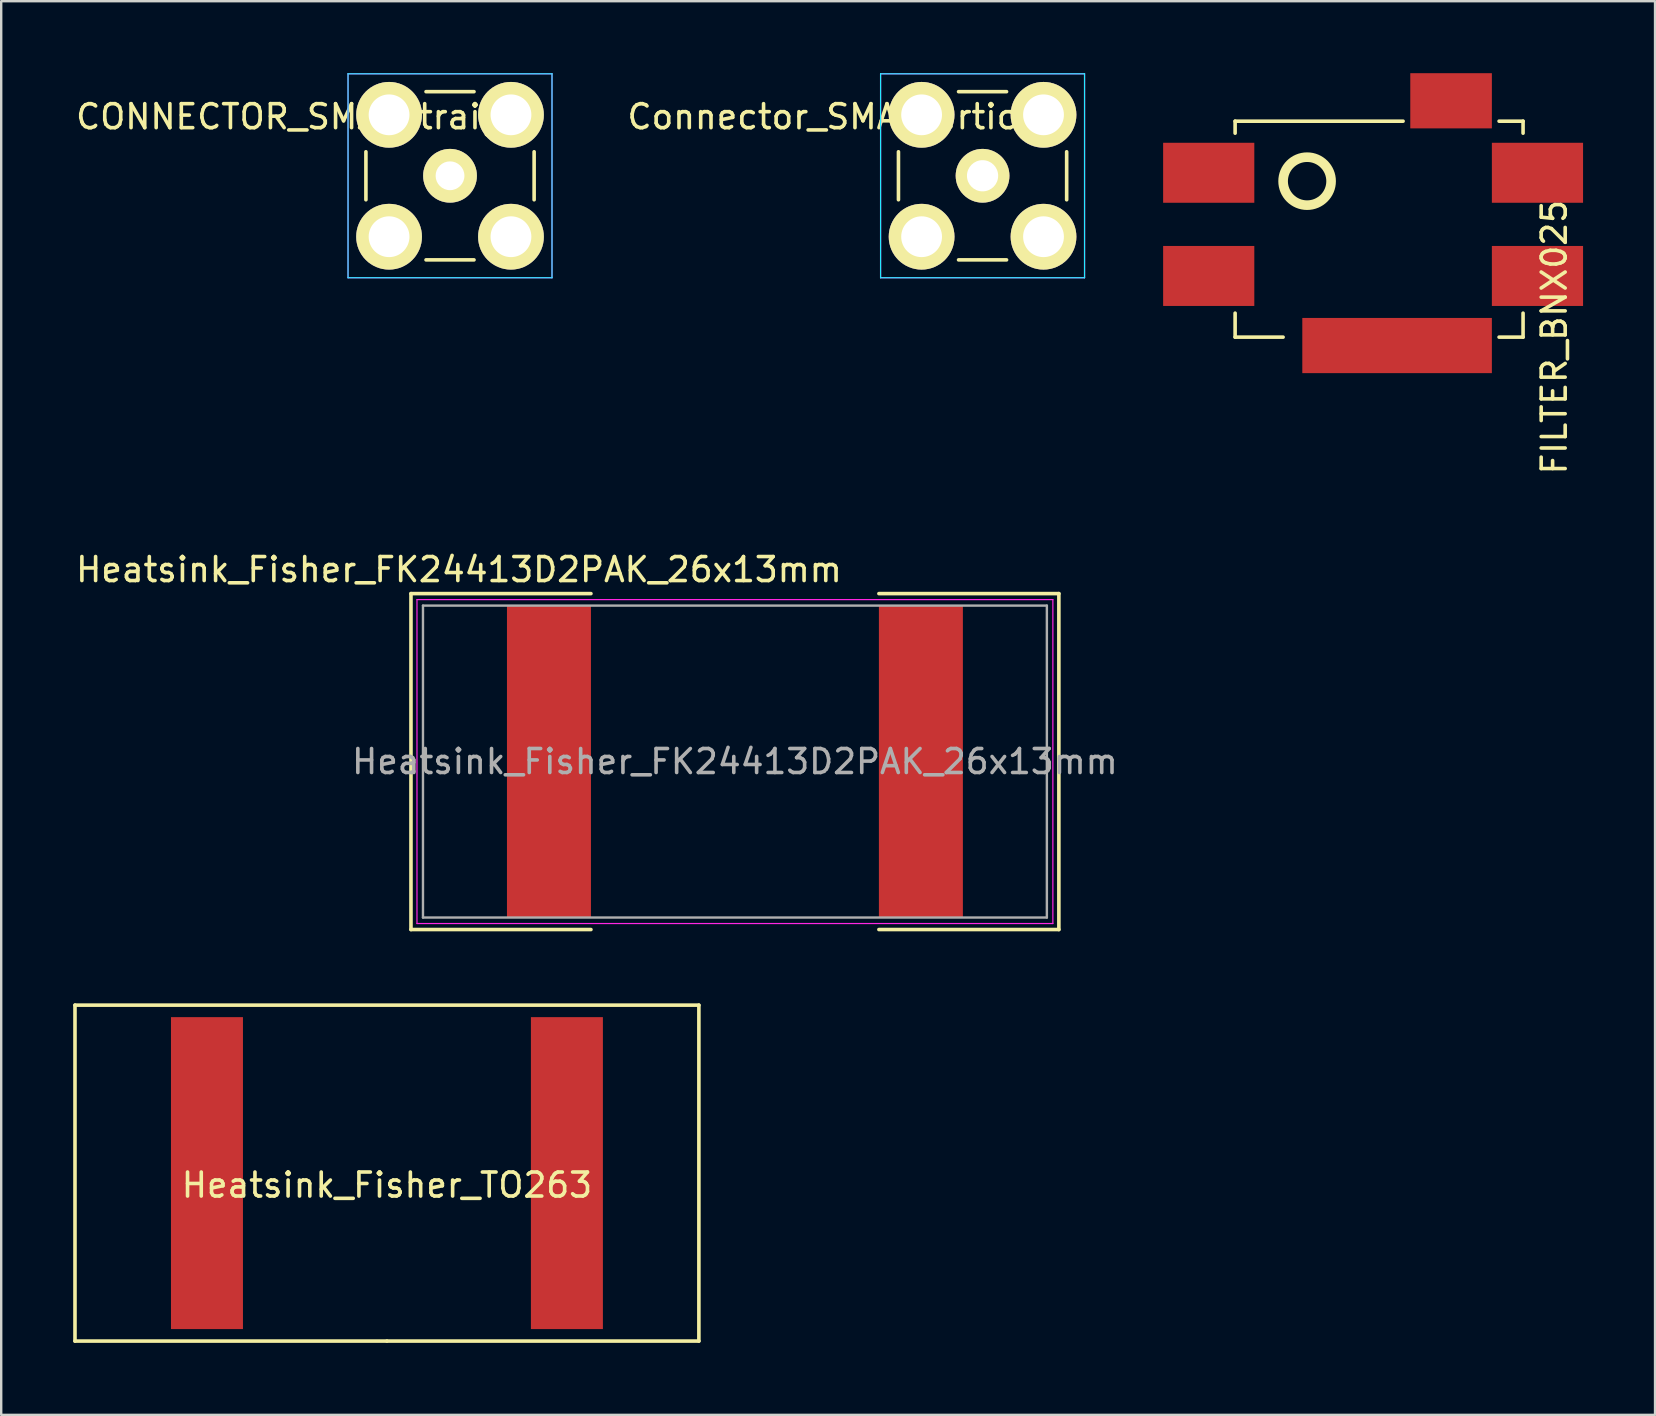
<source format=kicad_pcb>
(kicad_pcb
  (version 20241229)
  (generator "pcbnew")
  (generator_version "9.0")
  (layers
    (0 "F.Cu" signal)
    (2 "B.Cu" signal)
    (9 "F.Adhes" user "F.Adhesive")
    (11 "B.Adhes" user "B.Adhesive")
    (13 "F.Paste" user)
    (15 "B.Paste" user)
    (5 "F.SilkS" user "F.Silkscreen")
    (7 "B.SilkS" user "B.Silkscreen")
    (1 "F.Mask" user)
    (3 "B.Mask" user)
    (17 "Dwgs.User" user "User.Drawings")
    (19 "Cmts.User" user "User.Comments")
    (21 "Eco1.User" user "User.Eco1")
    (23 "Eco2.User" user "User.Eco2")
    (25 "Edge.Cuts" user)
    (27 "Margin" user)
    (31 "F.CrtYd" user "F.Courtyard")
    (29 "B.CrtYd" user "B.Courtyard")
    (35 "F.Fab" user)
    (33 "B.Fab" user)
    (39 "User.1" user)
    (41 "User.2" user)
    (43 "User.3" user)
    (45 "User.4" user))
  (footprint "CONNECTOR_SMA_Straight"
    (layer "F.Cu")
    (at 15.704 4.275)
    (property "Reference" "CONNECTOR_SMA_Straight" (at -5.96 -2.46 0) (layer "F.SilkS") (effects (font (size 1 1) (thickness 0.15))))
    (attr through_hole)
    (fp_line (start -3.505 1) (end -3.505 -1) (stroke (width 0.15) (type solid)) (layer "F.SilkS"))
    (fp_line (start -1 -3.505) (end 1 -3.505) (stroke (width 0.15) (type solid)) (layer "F.SilkS"))
    (fp_line (start 1 3.505) (end -1 3.505) (stroke (width 0.15) (type solid)) (layer "F.SilkS"))
    (fp_line (start 3.505 -1) (end 3.505 1) (stroke (width 0.15) (type solid)) (layer "F.SilkS"))
    (fp_line (start -4.25 -4.25) (end 4.25 -4.25) (stroke (width 0.05) (type solid)) (layer "B.CrtYd"))
    (fp_line (start -4.25 4.25) (end -4.25 -4.25) (stroke (width 0.05) (type solid)) (layer "B.CrtYd"))
    (fp_line (start 4.25 -4.25) (end 4.25 4.25) (stroke (width 0.05) (type solid)) (layer "B.CrtYd"))
    (fp_line (start 4.25 4.25) (end -4.25 4.25) (stroke (width 0.05) (type solid)) (layer "B.CrtYd"))
    (fp_line (start -4.25 -4.25) (end 4.25 -4.25) (stroke (width 0.05) (type solid)) (layer "F.CrtYd"))
    (fp_line (start -4.25 4.25) (end -4.25 -4.25) (stroke (width 0.05) (type solid)) (layer "F.CrtYd"))
    (fp_line (start 4.25 -4.25) (end 4.25 4.25) (stroke (width 0.05) (type solid)) (layer "F.CrtYd"))
    (fp_line (start 4.25 4.25) (end -4.25 4.25) (stroke (width 0.05) (type solid)) (layer "F.CrtYd"))
    (pad "1" thru_hole circle (at 0 0) (size 2.24 2.24) (drill 1.2) (layers "*.Cu" "*.Mask" "F.SilkS"))
    (pad "2" thru_hole circle (at -2.54 -2.54) (size 2.74 2.74) (drill 1.7) (layers "*.Cu" "*.Mask" "F.SilkS"))
    (pad "2" thru_hole circle (at -2.54 2.54) (size 2.74 2.74) (drill 1.7) (layers "*.Cu" "*.Mask" "F.SilkS"))
    (pad "2" thru_hole circle (at 2.54 -2.54) (size 2.74 2.74) (drill 1.7) (layers "*.Cu" "*.Mask" "F.SilkS"))
    (pad "2" thru_hole circle (at 2.54 2.54) (size 2.74 2.74) (drill 1.7) (layers "*.Cu" "*.Mask" "F.SilkS")))
  (footprint "Heatsink_Fisher_FK24413D2PAK_26x13mm"
    (layer "F.Cu")
    (at 27.577 28.688)
    (property "Reference" "Heatsink_Fisher_FK24413D2PAK_26x13mm" (at -11.5 -8 180) (layer "F.SilkS") (effects (font (size 1 1) (thickness 0.15))))
    (attr smd)
    (fp_line (start -13.5 -7) (end -6 -7) (stroke (width 0.15) (type solid)) (layer "F.SilkS"))
    (fp_line (start -13.5 7) (end -13.5 -7) (stroke (width 0.15) (type solid)) (layer "F.SilkS"))
    (fp_line (start -13.5 7) (end -6 7) (stroke (width 0.15) (type solid)) (layer "F.SilkS"))
    (fp_line (start 6 -7) (end 13.5 -7) (stroke (width 0.15) (type solid)) (layer "F.SilkS"))
    (fp_line (start 6 7) (end 13.5 7) (stroke (width 0.15) (type solid)) (layer "F.SilkS"))
    (fp_line (start 13.5 -7) (end 13.5 7) (stroke (width 0.15) (type solid)) (layer "F.SilkS"))
    (fp_line (start -13.25 -6.75) (end -13.25 6.75) (stroke (width 0.05) (type solid)) (layer "F.CrtYd"))
    (fp_line (start -13.25 -6.75) (end 13.25 -6.75) (stroke (width 0.05) (type solid)) (layer "F.CrtYd"))
    (fp_line (start 13.25 6.75) (end -13.25 6.75) (stroke (width 0.05) (type solid)) (layer "F.CrtYd"))
    (fp_line (start 13.25 6.75) (end 13.25 -6.75) (stroke (width 0.05) (type solid)) (layer "F.CrtYd"))
    (fp_line (start -13 -6.5) (end 13 -6.5) (stroke (width 0.1) (type solid)) (layer "F.Fab"))
    (fp_line (start -13 6.5) (end -13 -6.5) (stroke (width 0.1) (type solid)) (layer "F.Fab"))
    (fp_line (start 13 -6.5) (end 13 6.5) (stroke (width 0.1) (type solid)) (layer "F.Fab"))
    (fp_line (start 13 6.5) (end -13 6.5) (stroke (width 0.1) (type solid)) (layer "F.Fab"))
    (fp_text user "${REFERENCE}" (at 0 0 0) (layer "F.Fab") (effects (font (size 1 1) (thickness 0.15))))
    (pad "1" smd rect (at -6 0 180) (size 3.5 13) (drill (offset 1.75 0)) (layers "F.Cu" "F.Mask" "F.Paste"))
    (pad "1" smd rect (at 6 0) (size 3.5 13) (drill (offset 1.75 0)) (layers "F.Cu" "F.Mask" "F.Paste")))
  (footprint "Heatsink_Fisher_TO263"
    (layer "F.Cu")
    (at 13.075 45.838)
    (property "Reference" "Heatsink_Fisher_TO263" (at 0 0.5 0) (layer "F.SilkS") (effects (font (size 1 1) (thickness 0.15))))
    (attr through_hole)
    (fp_line (start -13 -7) (end 13 -7) (stroke (width 0.15) (type solid)) (layer "F.SilkS"))
    (fp_line (start -13 7) (end -13 -7) (stroke (width 0.15) (type solid)) (layer "F.SilkS"))
    (fp_line (start 0 7) (end -13 7) (stroke (width 0.15) (type solid)) (layer "F.SilkS"))
    (fp_line (start 13 -7) (end 13 7) (stroke (width 0.15) (type solid)) (layer "F.SilkS"))
    (fp_line (start 13 7) (end 0 7) (stroke (width 0.15) (type solid)) (layer "F.SilkS"))
    (pad "1" smd rect (at -6 0 180) (size 3 13) (drill (offset 1.5 0)) (layers "F.Cu" "F.Mask" "F.Paste"))
    (pad "2" smd rect (at 6 0) (size 3 13) (drill (offset 1.5 0)) (layers "F.Cu" "F.Mask" "F.Paste")))
  (footprint "FILTER_BNX025"
    (layer "F.Cu")
    (at 45.422 12.5)
    (property "Reference" "FILTER_BNX025" (at 16.3 -1.5 90) (layer "F.SilkS") (effects (font (size 1 1) (thickness 0.15))))
    (attr through_hole)
    (fp_line (start 3 -10) (end 3 -10.5) (stroke (width 0.15) (type solid)) (layer "F.SilkS"))
    (fp_line (start 3 -1.5) (end 3 -2.5) (stroke (width 0.15) (type solid)) (layer "F.SilkS"))
    (fp_line (start 5 -1.5) (end 3 -1.5) (stroke (width 0.15) (type solid)) (layer "F.SilkS"))
    (fp_line (start 10 -10.5) (end 3 -10.5) (stroke (width 0.15) (type solid)) (layer "F.SilkS"))
    (fp_line (start 14 -1.5) (end 15 -1.5) (stroke (width 0.15) (type solid)) (layer "F.SilkS"))
    (fp_line (start 15 -10.5) (end 14 -10.5) (stroke (width 0.15) (type solid)) (layer "F.SilkS"))
    (fp_line (start 15 -10) (end 15 -10.5) (stroke (width 0.15) (type solid)) (layer "F.SilkS"))
    (fp_line (start 15 -1.5) (end 15 -2.5) (stroke (width 0.15) (type solid)) (layer "F.SilkS"))
    (fp_circle (center 6 -8) (end 6 -7) (stroke (width 0.4) (type solid)) (fill no) (layer "F.SilkS"))
    (pad "B" smd rect (at 0 -7.1) (size 3.8 2.5) (drill (offset 1.9 -1.25)) (layers "F.Cu" "F.Mask" "F.Paste"))
    (pad "CB" smd rect (at 13.7 -7.1) (size 3.8 2.5) (drill (offset 1.9 -1.25)) (layers "F.Cu" "F.Mask" "F.Paste"))
    (pad "CG" smd rect (at 5.8 0) (size 7.9 2.3) (drill (offset 3.95 -1.15)) (layers "F.Cu" "F.Mask" "F.Paste"))
    (pad "CG" smd rect (at 10.3 -10.2) (size 3.4 2.3) (drill (offset 1.7 -1.15)) (layers "F.Cu" "F.Mask" "F.Paste"))
    (pad "CG" smd rect (at 13.7 -2.8) (size 3.8 2.5) (drill (offset 1.9 -1.25)) (layers "F.Cu" "F.Mask" "F.Paste"))
    (pad "PSG" smd rect (at 0 -2.8) (size 3.8 2.5) (drill (offset 1.9 -1.25)) (layers "F.Cu" "F.Mask" "F.Paste")))
  (footprint "Connector_SMA_Vertical"
    (layer "F.Cu")
    (at 37.897 4.275)
    (property "Reference" "Connector_SMA_Vertical" (at -5.96 -2.46 0) (layer "F.SilkS") (effects (font (size 1 1) (thickness 0.15))))
    (attr through_hole)
    (fp_line (start -3.505 1) (end -3.505 -1) (stroke (width 0.15) (type solid)) (layer "F.SilkS"))
    (fp_line (start -1 -3.505) (end 1 -3.505) (stroke (width 0.15) (type solid)) (layer "F.SilkS"))
    (fp_line (start 1 3.505) (end -1 3.505) (stroke (width 0.15) (type solid)) (layer "F.SilkS"))
    (fp_line (start 3.505 -1) (end 3.505 1) (stroke (width 0.15) (type solid)) (layer "F.SilkS"))
    (fp_line (start -4.25 -4.25) (end 4.25 -4.25) (stroke (width 0.05) (type solid)) (layer "B.CrtYd"))
    (fp_line (start -4.25 4.25) (end -4.25 -4.25) (stroke (width 0.05) (type solid)) (layer "B.CrtYd"))
    (fp_line (start 4.25 -4.25) (end 4.25 4.25) (stroke (width 0.05) (type solid)) (layer "B.CrtYd"))
    (fp_line (start 4.25 4.25) (end -4.25 4.25) (stroke (width 0.05) (type solid)) (layer "B.CrtYd"))
    (fp_line (start -4.25 -4.25) (end 4.25 -4.25) (stroke (width 0.05) (type solid)) (layer "F.CrtYd"))
    (fp_line (start -4.25 4.25) (end -4.25 -4.25) (stroke (width 0.05) (type solid)) (layer "F.CrtYd"))
    (fp_line (start 4.25 -4.25) (end 4.25 4.25) (stroke (width 0.05) (type solid)) (layer "F.CrtYd"))
    (fp_line (start 4.25 4.25) (end -4.25 4.25) (stroke (width 0.05) (type solid)) (layer "F.CrtYd"))
    (pad "1" thru_hole circle (at 0 0) (size 2.24 2.24) (drill 1.3) (layers "*.Cu" "*.Mask" "F.SilkS"))
    (pad "2" thru_hole circle (at -2.54 -2.54) (size 2.74 2.74) (drill 1.7) (layers "*.Cu" "*.Mask" "F.SilkS"))
    (pad "2" thru_hole circle (at -2.54 2.54) (size 2.74 2.74) (drill 1.7) (layers "*.Cu" "*.Mask" "F.SilkS"))
    (pad "2" thru_hole circle (at 2.54 -2.54) (size 2.74 2.74) (drill 1.7) (layers "*.Cu" "*.Mask" "F.SilkS"))
    (pad "2" thru_hole circle (at 2.54 2.54) (size 2.74 2.74) (drill 1.7) (layers "*.Cu" "*.Mask" "F.SilkS")))
  (gr_rect
    (start -3 -3)
    (end 65.922 55.913)
    (stroke (width 0.1) (type default))
    (fill no)
    (layer "Edge.Cuts")))
</source>
